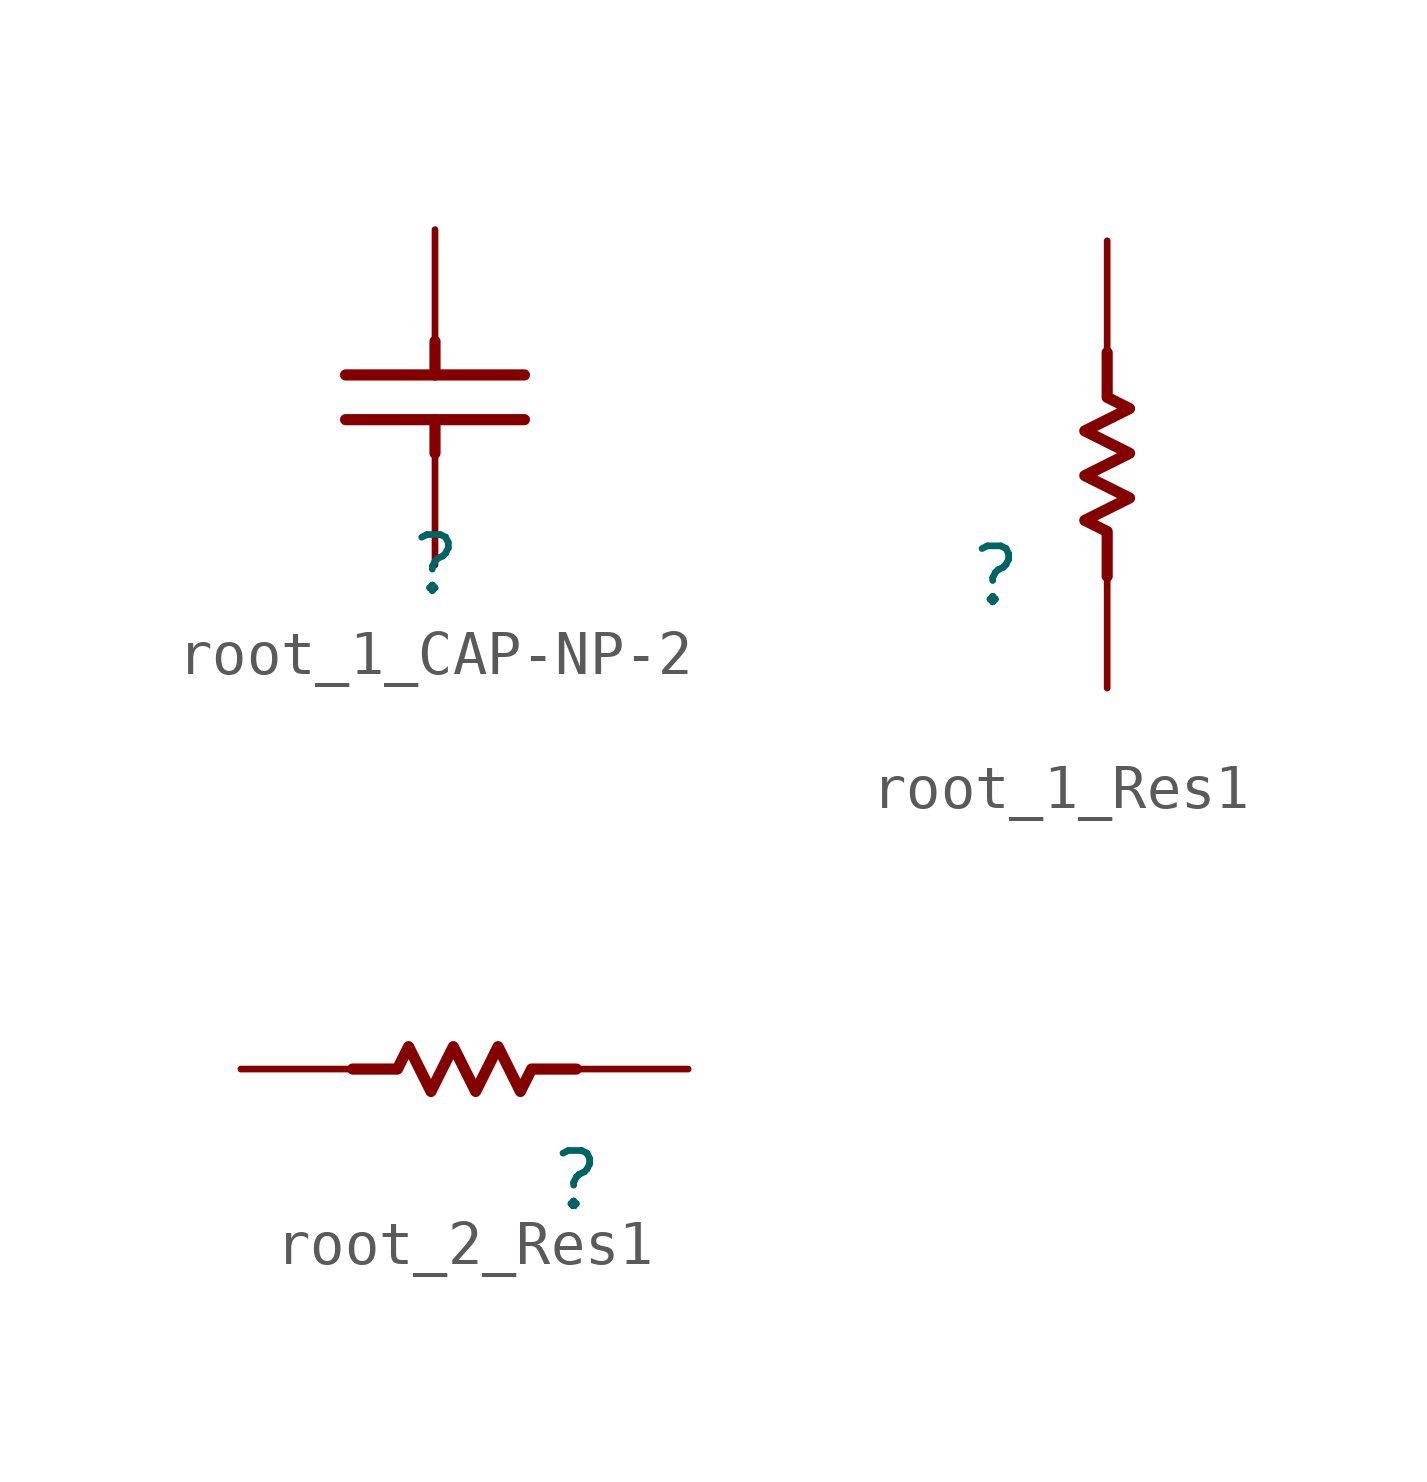
<source format=kicad_sym>
(kicad_symbol_lib
  (version 20231120)
  (generator "kicad_symbol_editor")
  (generator_version "8.0")
  (symbol "root_1_CAP-NP-2"
    (property "Reference" ""
      (at 0 0 0)
      (effects (font (size 1.27 1.27))))
    (property "Value" ""
      (at 0 0 0)
      (effects (font (size 1.27 1.27))))
    (symbol "root_1_CAP-NP-2_1_0"
      (polyline (pts (xy -2.032 4.318) (xy 2.032 4.318)) (stroke (width 0.254) (type solid)) (fill (type none)))
      (polyline (pts (xy 0 2.54) (xy 0 3.302)) (stroke (width 0.254) (type solid)) (fill (type none)))
      (polyline (pts (xy 0 5.08) (xy 0 4.318)) (stroke (width 0.254) (type solid)) (fill (type none)))
      (polyline (pts (xy 2.032 3.302) (xy -2.032 3.302)) (stroke (width 0.254) (type solid)) (fill (type none)))
      (pin passive line (at 0 0 90) (length 2.54) (name "1" (effects (font (size 0 0)))) (number "1" (effects (font (size 0 0)))))
      (pin passive line (at 0 7.62 270) (length 2.54) (name "2" (effects (font (size 0 0)))) (number "2" (effects (font (size 0 0)))))))
  (symbol "root_1_Res1"
    (property "Reference" ""
      (at 0 0 0)
      (effects (font (size 1.27 1.27))))
    (property "Value" ""
      (at 0 0 0)
      (effects (font (size 1.27 1.27))))
    (symbol "root_1_Res1_1_0"
      (polyline (pts (xy 2.54 5.08) (xy 2.54 4.064) (xy 3.048 3.81) (xy 2.032 3.302) (xy 3.048 2.794) (xy 2.032 2.286) (xy 3.048 1.778) (xy 2.032 1.27) (xy 2.54 1.016) (xy 2.54 0)) (stroke (width 0.254) (type solid)) (fill (type none)))
      (pin passive line (at 2.54 -2.54 90) (length 2.54) (name "1" (effects (font (size 0 0)))) (number "1" (effects (font (size 0 0)))))
      (pin passive line (at 2.54 7.62 270) (length 2.54) (name "2" (effects (font (size 0 0)))) (number "2" (effects (font (size 0 0)))))))
  (symbol "root_2_Res1"
    (property "Reference" ""
      (at 0 0 0)
      (effects (font (size 1.27 1.27))))
    (property "Value" ""
      (at 0 0 0)
      (effects (font (size 1.27 1.27))))
    (symbol "root_2_Res1_1_0"
      (polyline (pts (xy -5.08 2.54) (xy -4.064 2.54) (xy -3.81 3.048) (xy -3.302 2.032) (xy -2.794 3.048) (xy -2.286 2.032) (xy -1.778 3.048) (xy -1.27 2.032) (xy -1.016 2.54) (xy 0 2.54)) (stroke (width 0.254) (type solid)) (fill (type none)))
      (pin passive line (at 2.54 2.54 180) (length 2.54) (name "1" (effects (font (size 0 0)))) (number "1" (effects (font (size 0 0)))))
      (pin passive line (at -7.62 2.54 0) (length 2.54) (name "2" (effects (font (size 0 0)))) (number "2" (effects (font (size 0 0))))))))
</source>
